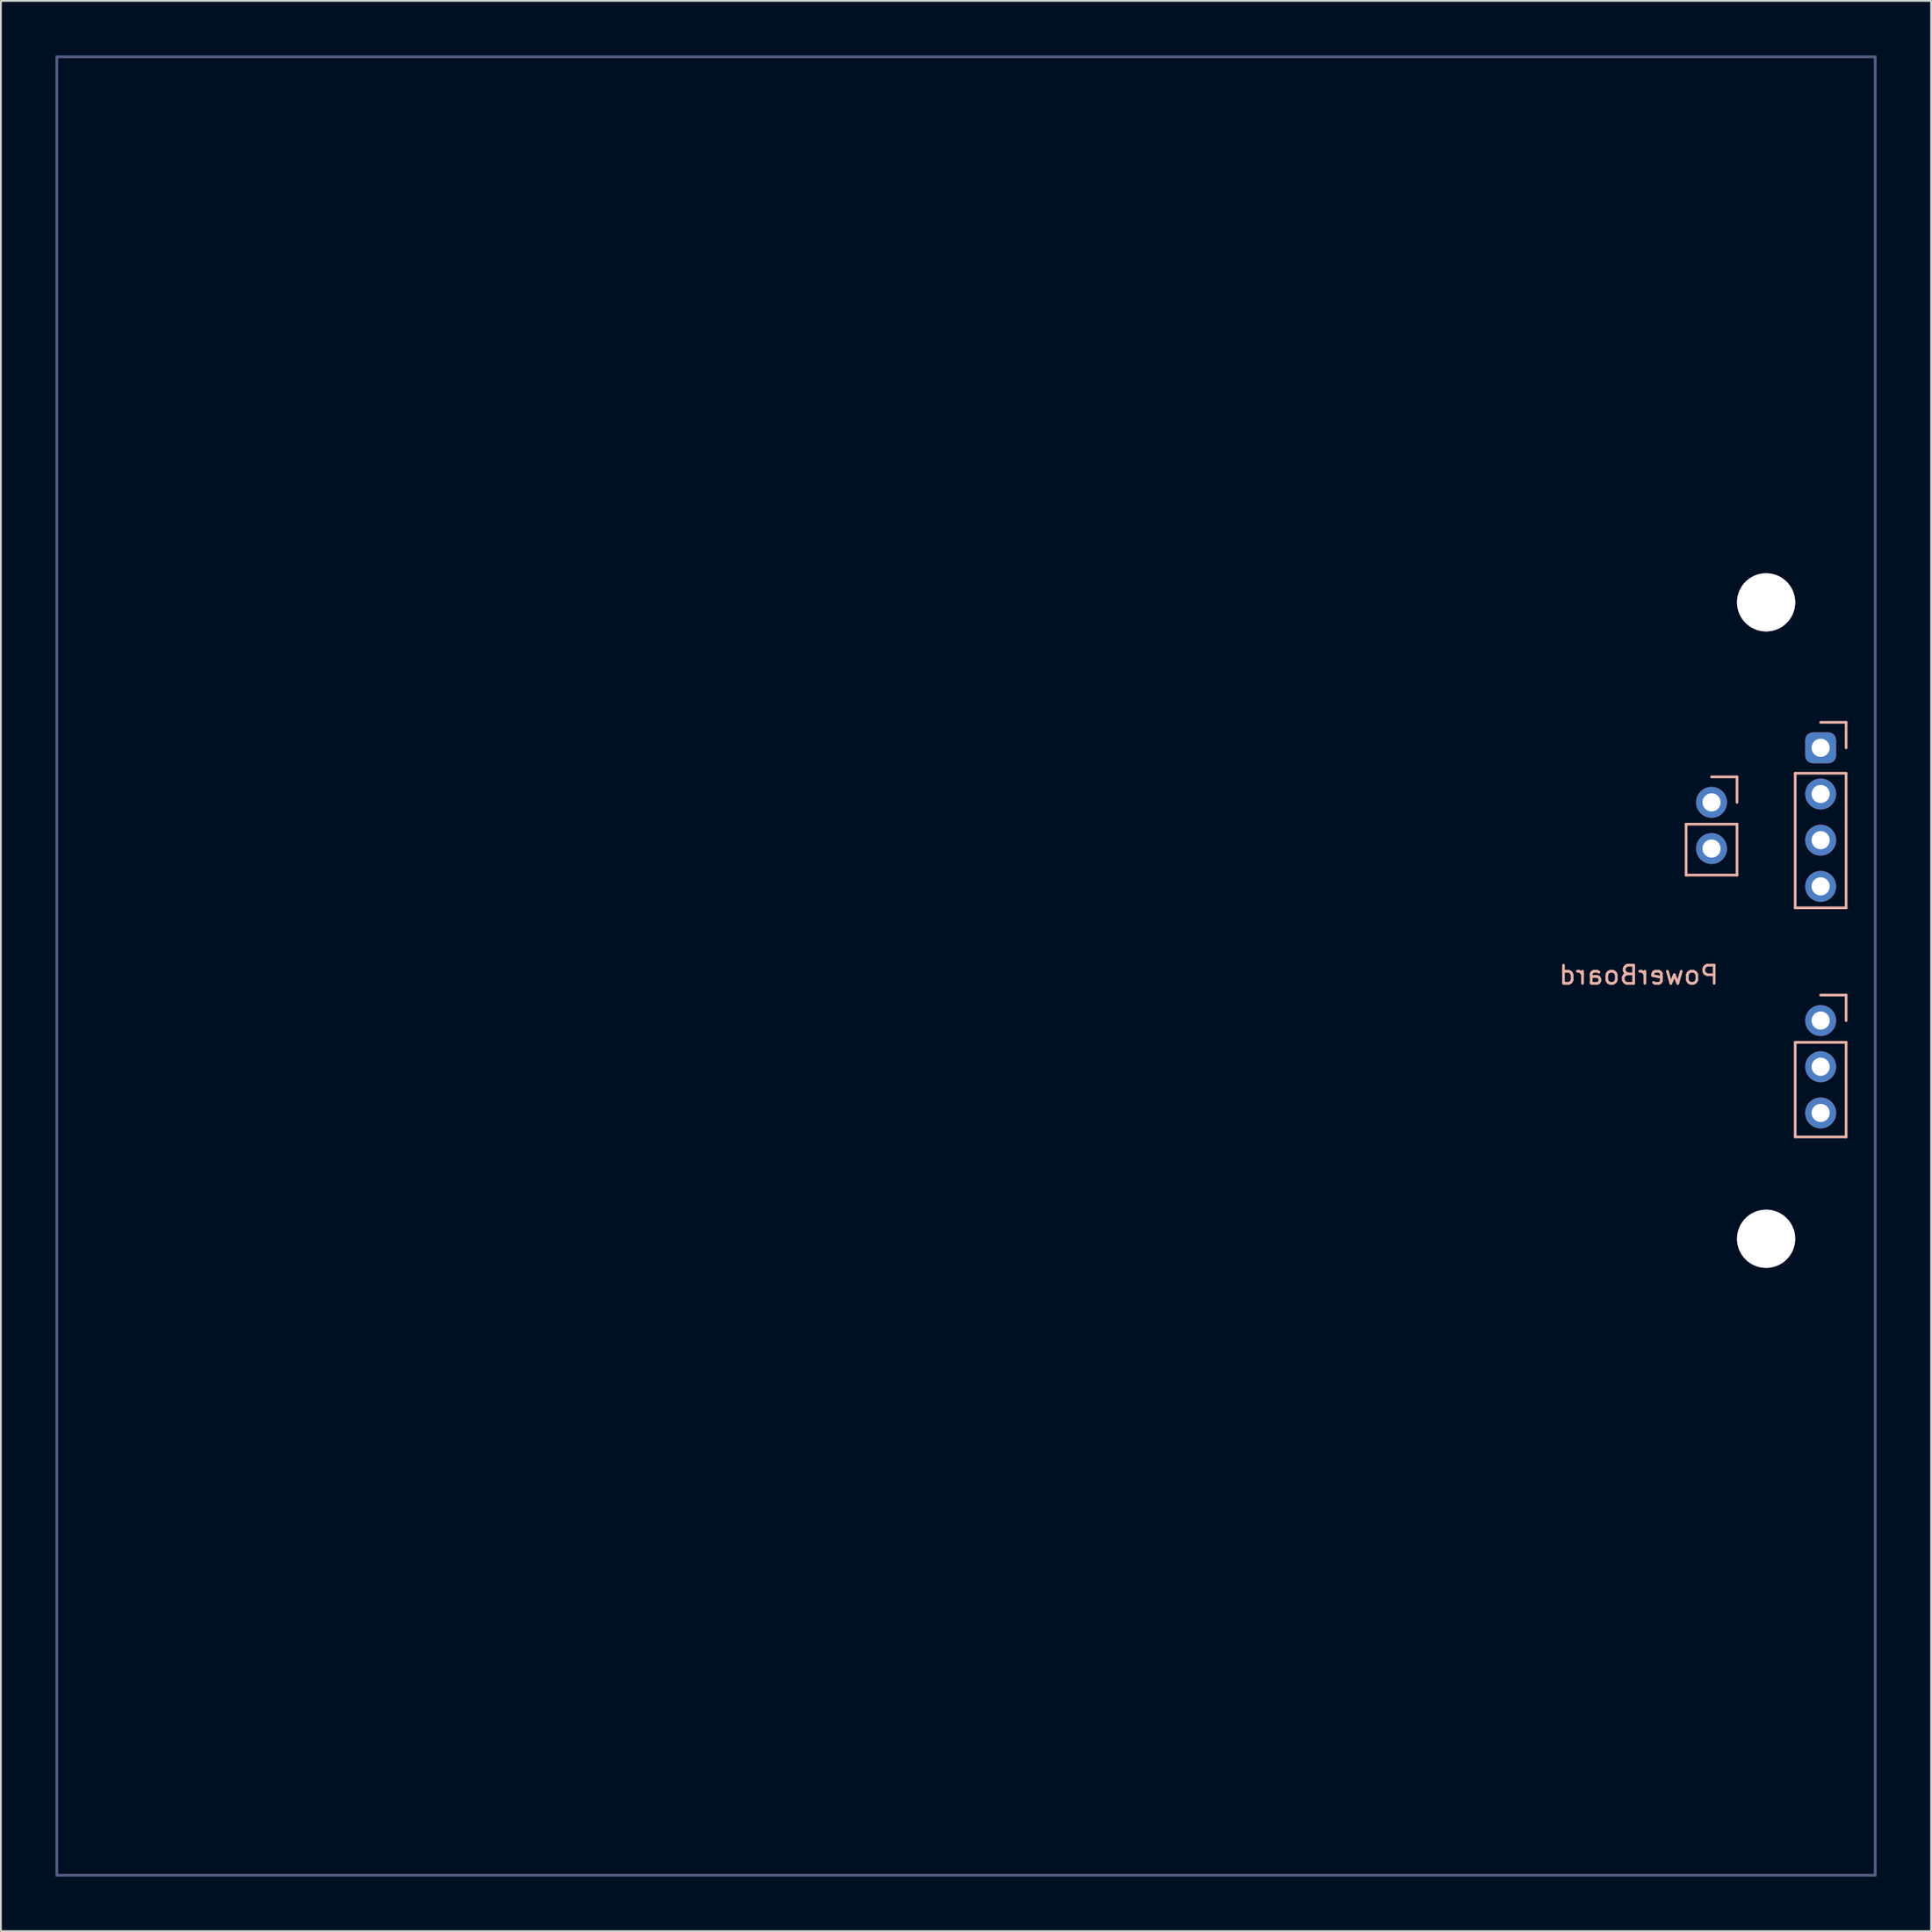
<source format=kicad_pcb>
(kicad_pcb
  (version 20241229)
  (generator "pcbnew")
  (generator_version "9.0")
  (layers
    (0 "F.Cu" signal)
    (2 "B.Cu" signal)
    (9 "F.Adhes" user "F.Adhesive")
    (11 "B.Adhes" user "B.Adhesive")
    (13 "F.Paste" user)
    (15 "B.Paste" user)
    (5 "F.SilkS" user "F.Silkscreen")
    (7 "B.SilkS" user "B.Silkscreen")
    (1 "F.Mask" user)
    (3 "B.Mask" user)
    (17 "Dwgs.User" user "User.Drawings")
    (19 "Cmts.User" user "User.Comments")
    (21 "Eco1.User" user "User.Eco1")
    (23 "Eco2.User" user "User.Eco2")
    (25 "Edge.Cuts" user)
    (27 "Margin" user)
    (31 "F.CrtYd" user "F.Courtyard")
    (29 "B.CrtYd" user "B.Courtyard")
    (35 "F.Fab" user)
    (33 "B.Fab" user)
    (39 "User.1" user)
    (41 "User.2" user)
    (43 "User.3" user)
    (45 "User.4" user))
  (footprint "PowerBoard"
    (layer "F.Cu")
    (at 94.075 50.075)
    (property "Reference" "PowerBoard" (at -7 0.5 0) (layer "B.SilkS") (effects (font (size 1 1) (thickness 0.15)) (justify mirror)))
    (attr through_hole)
    (fp_line (start -4.4 -7.8) (end -1.6 -7.8) (stroke (width 0.15) (type solid)) (layer "B.SilkS"))
    (fp_line (start -4.4 -5) (end -4.4 -7.8) (stroke (width 0.15) (type solid)) (layer "B.SilkS"))
    (fp_line (start -1.6 -10.4) (end -3 -10.4) (stroke (width 0.15) (type solid)) (layer "B.SilkS"))
    (fp_line (start -1.6 -9) (end -1.6 -10.4) (stroke (width 0.15) (type solid)) (layer "B.SilkS"))
    (fp_line (start -1.6 -7.8) (end -1.6 -5) (stroke (width 0.15) (type solid)) (layer "B.SilkS"))
    (fp_line (start -1.6 -5) (end -4.4 -5) (stroke (width 0.15) (type solid)) (layer "B.SilkS"))
    (fp_line (start 1.6 -10.6) (end 1.6 -3.2) (stroke (width 0.15) (type solid)) (layer "B.SilkS"))
    (fp_line (start 1.6 -3.2) (end 4.4 -3.2) (stroke (width 0.15) (type solid)) (layer "B.SilkS"))
    (fp_line (start 1.6 4.2) (end 1.6 9.4) (stroke (width 0.15) (type solid)) (layer "B.SilkS"))
    (fp_line (start 1.6 9.4) (end 4.4 9.4) (stroke (width 0.15) (type solid)) (layer "B.SilkS"))
    (fp_line (start 3 -13.4) (end 4.4 -13.4) (stroke (width 0.15) (type solid)) (layer "B.SilkS"))
    (fp_line (start 3 1.6) (end 4.4 1.6) (stroke (width 0.15) (type solid)) (layer "B.SilkS"))
    (fp_line (start 4.4 -13.4) (end 4.4 -12) (stroke (width 0.15) (type solid)) (layer "B.SilkS"))
    (fp_line (start 4.4 -10.6) (end 1.6 -10.6) (stroke (width 0.15) (type solid)) (layer "B.SilkS"))
    (fp_line (start 4.4 -3.2) (end 4.4 -10.6) (stroke (width 0.15) (type solid)) (layer "B.SilkS"))
    (fp_line (start 4.4 1.6) (end 4.4 3) (stroke (width 0.15) (type solid)) (layer "B.SilkS"))
    (fp_line (start 4.4 4.2) (end 1.6 4.2) (stroke (width 0.15) (type solid)) (layer "B.SilkS"))
    (fp_line (start 4.4 9.4) (end 4.4 4.2) (stroke (width 0.15) (type solid)) (layer "B.SilkS"))
    (fp_line (start -94 50) (end -94 -50) (stroke (width 0.15) (type solid)) (layer "B.Fab"))
    (fp_line (start 6 -50) (end -94 -50) (stroke (width 0.15) (type solid)) (layer "B.Fab"))
    (fp_line (start 6 -50) (end 6 50) (stroke (width 0.15) (type solid)) (layer "B.Fab"))
    (fp_line (start 6 50) (end -94 50) (stroke (width 0.15) (type solid)) (layer "B.Fab"))
    (pad "1" thru_hole roundrect (at 3 -12) (size 1.7 1.7) (drill 1) (layers "*.Cu" "*.Mask") (roundrect_rratio 0.25))
    (pad "2" thru_hole circle (at 3 -9.46) (size 1.7 1.7) (drill 1) (layers "*.Cu" "*.Mask"))
    (pad "3" thru_hole circle (at 3 -6.92) (size 1.7 1.7) (drill 1) (layers "*.Cu" "*.Mask"))
    (pad "4" thru_hole circle (at 3 -4.38) (size 1.7 1.7) (drill 1) (layers "*.Cu" "*.Mask"))
    (pad "5" thru_hole circle (at 3 3) (size 1.7 1.7) (drill 1) (layers "*.Cu" "*.Mask"))
    (pad "6" thru_hole circle (at 3 5.54) (size 1.7 1.7) (drill 1) (layers "*.Cu" "*.Mask"))
    (pad "7" thru_hole circle (at 3 8.08) (size 1.7 1.7) (drill 1) (layers "*.Cu" "*.Mask"))
    (pad "8" thru_hole circle (at -3 -9) (size 1.7 1.7) (drill 1) (layers "*.Cu" "*.Mask"))
    (pad "9" thru_hole circle (at -3 -6.46) (size 1.7 1.7) (drill 1) (layers "*.Cu" "*.Mask"))
    (pad "~" thru_hole circle (at 0 -20) (size 3.2 3.2) (drill 3.2) (layers "*.Cu" "*.Mask"))
    (pad "~" thru_hole circle (at 0 15) (size 3.2 3.2) (drill 3.2) (layers "*.Cu" "*.Mask")))
  (gr_rect
    (start -3 -3)
    (end 103.15 103.15)
    (stroke (width 0.1) (type default))
    (fill no)
    (layer "Edge.Cuts")))
</source>
